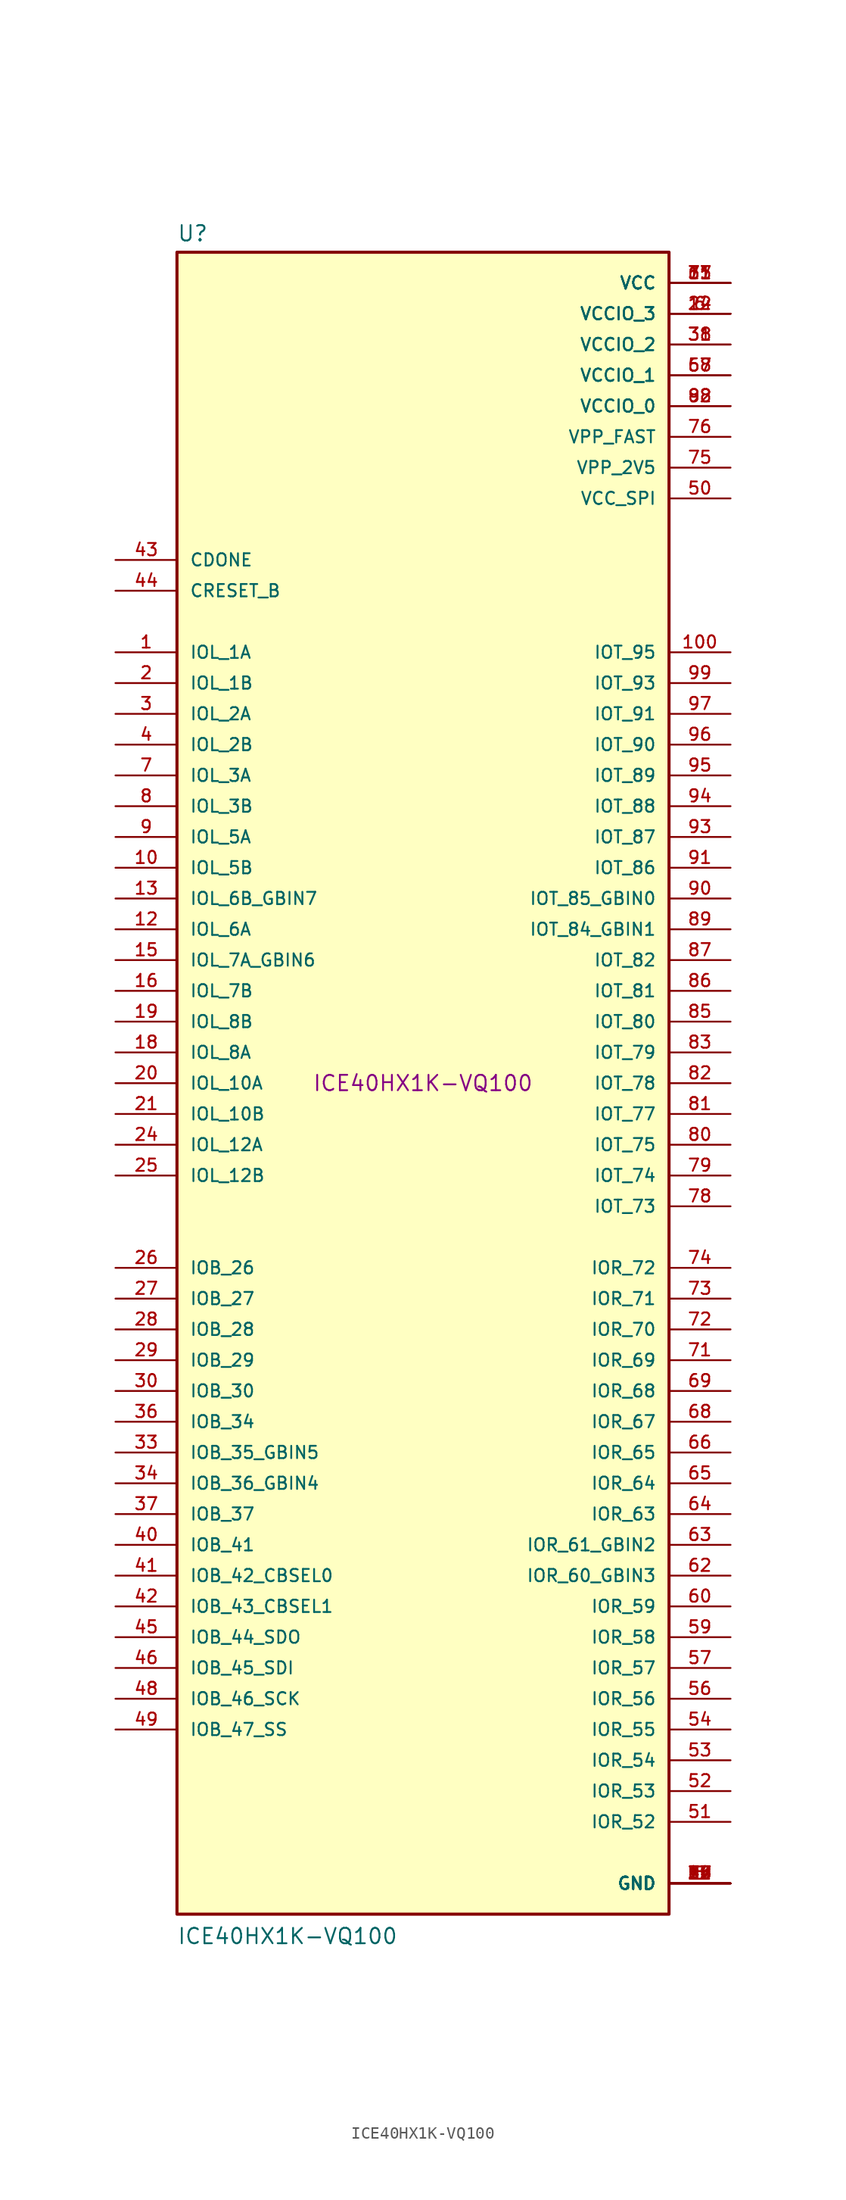
<source format=kicad_sym>
(kicad_symbol_lib
  (version 20220914)
  (generator kicad_symbol_editor)
  (symbol "ICE40HX1K-VQ100"
    (pin_names
      (offset 1.016))
    (property "Reference" "U"
      (at -20.332 69.383 0)
      (effects (font (size 1.27 1.27)) (justify left bottom)))
    (property "Value" "ICE40HX1K-VQ100"
      (at -20.326 -71.142 0)
      (effects (font (size 1.27 1.27)) (justify left bottom)))
    (property "Digikey" "ICE40HX1K-VQ100"
      (at 0 0 0)
      (effects (font (size 1.27 1.27))))
    (symbol "ICE40HX1K-VQ100_0_0"
      (rectangle (start -20.32 -68.58) (end 20.32 68.58) (stroke (width 0.254) (type default)) (fill (type background)))
      (pin bidirectional line (at -25.4 35.56 0) (length 5.08) (name "IOL_1A" (effects (font (size 1.016 1.016)))) (number "1" (effects (font (size 1.016 1.016)))))
      (pin bidirectional line (at -25.4 17.78 0) (length 5.08) (name "IOL_5B" (effects (font (size 1.016 1.016)))) (number "10" (effects (font (size 1.016 1.016)))))
      (pin bidirectional line (at 25.4 35.56 180) (length 5.08) (name "IOT_95" (effects (font (size 1.016 1.016)))) (number "100" (effects (font (size 1.016 1.016)))))
      (pin power_in line (at 25.4 66.04 180) (length 5.08) (name "VCC" (effects (font (size 1.016 1.016)))) (number "11" (effects (font (size 1.016 1.016)))))
      (pin bidirectional line (at -25.4 12.7 0) (length 5.08) (name "IOL_6A" (effects (font (size 1.016 1.016)))) (number "12" (effects (font (size 1.016 1.016)))))
      (pin bidirectional line (at -25.4 15.24 0) (length 5.08) (name "IOL_6B_GBIN7" (effects (font (size 1.016 1.016)))) (number "13" (effects (font (size 1.016 1.016)))))
      (pin power_in line (at 25.4 63.5 180) (length 5.08) (name "VCCIO_3" (effects (font (size 1.016 1.016)))) (number "14" (effects (font (size 1.016 1.016)))))
      (pin bidirectional line (at -25.4 10.16 0) (length 5.08) (name "IOL_7A_GBIN6" (effects (font (size 1.016 1.016)))) (number "15" (effects (font (size 1.016 1.016)))))
      (pin bidirectional line (at -25.4 7.62 0) (length 5.08) (name "IOL_7B" (effects (font (size 1.016 1.016)))) (number "16" (effects (font (size 1.016 1.016)))))
      (pin power_in line (at 25.4 -66.04 180) (length 5.08) (name "GND" (effects (font (size 1.016 1.016)))) (number "17" (effects (font (size 1.016 1.016)))))
      (pin bidirectional line (at -25.4 2.54 0) (length 5.08) (name "IOL_8A" (effects (font (size 1.016 1.016)))) (number "18" (effects (font (size 1.016 1.016)))))
      (pin bidirectional line (at -25.4 5.08 0) (length 5.08) (name "IOL_8B" (effects (font (size 1.016 1.016)))) (number "19" (effects (font (size 1.016 1.016)))))
      (pin bidirectional line (at -25.4 33.02 0) (length 5.08) (name "IOL_1B" (effects (font (size 1.016 1.016)))) (number "2" (effects (font (size 1.016 1.016)))))
      (pin bidirectional line (at -25.4 0 0) (length 5.08) (name "IOL_10A" (effects (font (size 1.016 1.016)))) (number "20" (effects (font (size 1.016 1.016)))))
      (pin bidirectional line (at -25.4 -2.54 0) (length 5.08) (name "IOL_10B" (effects (font (size 1.016 1.016)))) (number "21" (effects (font (size 1.016 1.016)))))
      (pin power_in line (at 25.4 63.5 180) (length 5.08) (name "VCCIO_3" (effects (font (size 1.016 1.016)))) (number "22" (effects (font (size 1.016 1.016)))))
      (pin power_in line (at 25.4 -66.04 180) (length 5.08) (name "GND" (effects (font (size 1.016 1.016)))) (number "23" (effects (font (size 1.016 1.016)))))
      (pin bidirectional line (at -25.4 -5.08 0) (length 5.08) (name "IOL_12A" (effects (font (size 1.016 1.016)))) (number "24" (effects (font (size 1.016 1.016)))))
      (pin bidirectional line (at -25.4 -7.62 0) (length 5.08) (name "IOL_12B" (effects (font (size 1.016 1.016)))) (number "25" (effects (font (size 1.016 1.016)))))
      (pin bidirectional line (at -25.4 -15.24 0) (length 5.08) (name "IOB_26" (effects (font (size 1.016 1.016)))) (number "26" (effects (font (size 1.016 1.016)))))
      (pin bidirectional line (at -25.4 -17.78 0) (length 5.08) (name "IOB_27" (effects (font (size 1.016 1.016)))) (number "27" (effects (font (size 1.016 1.016)))))
      (pin bidirectional line (at -25.4 -20.32 0) (length 5.08) (name "IOB_28" (effects (font (size 1.016 1.016)))) (number "28" (effects (font (size 1.016 1.016)))))
      (pin bidirectional line (at -25.4 -22.86 0) (length 5.08) (name "IOB_29" (effects (font (size 1.016 1.016)))) (number "29" (effects (font (size 1.016 1.016)))))
      (pin bidirectional line (at -25.4 30.48 0) (length 5.08) (name "IOL_2A" (effects (font (size 1.016 1.016)))) (number "3" (effects (font (size 1.016 1.016)))))
      (pin bidirectional line (at -25.4 -25.4 0) (length 5.08) (name "IOB_30" (effects (font (size 1.016 1.016)))) (number "30" (effects (font (size 1.016 1.016)))))
      (pin power_in line (at 25.4 60.96 180) (length 5.08) (name "VCCIO_2" (effects (font (size 1.016 1.016)))) (number "31" (effects (font (size 1.016 1.016)))))
      (pin power_in line (at 25.4 -66.04 180) (length 5.08) (name "GND" (effects (font (size 1.016 1.016)))) (number "32" (effects (font (size 1.016 1.016)))))
      (pin bidirectional line (at -25.4 -30.48 0) (length 5.08) (name "IOB_35_GBIN5" (effects (font (size 1.016 1.016)))) (number "33" (effects (font (size 1.016 1.016)))))
      (pin bidirectional line (at -25.4 -33.02 0) (length 5.08) (name "IOB_36_GBIN4" (effects (font (size 1.016 1.016)))) (number "34" (effects (font (size 1.016 1.016)))))
      (pin power_in line (at 25.4 66.04 180) (length 5.08) (name "VCC" (effects (font (size 1.016 1.016)))) (number "35" (effects (font (size 1.016 1.016)))))
      (pin bidirectional line (at -25.4 -27.94 0) (length 5.08) (name "IOB_34" (effects (font (size 1.016 1.016)))) (number "36" (effects (font (size 1.016 1.016)))))
      (pin bidirectional line (at -25.4 -35.56 0) (length 5.08) (name "IOB_37" (effects (font (size 1.016 1.016)))) (number "37" (effects (font (size 1.016 1.016)))))
      (pin power_in line (at 25.4 60.96 180) (length 5.08) (name "VCCIO_2" (effects (font (size 1.016 1.016)))) (number "38" (effects (font (size 1.016 1.016)))))
      (pin power_in line (at 25.4 -66.04 180) (length 5.08) (name "GND" (effects (font (size 1.016 1.016)))) (number "39" (effects (font (size 1.016 1.016)))))
      (pin bidirectional line (at -25.4 27.94 0) (length 5.08) (name "IOL_2B" (effects (font (size 1.016 1.016)))) (number "4" (effects (font (size 1.016 1.016)))))
      (pin bidirectional line (at -25.4 -38.1 0) (length 5.08) (name "IOB_41" (effects (font (size 1.016 1.016)))) (number "40" (effects (font (size 1.016 1.016)))))
      (pin bidirectional line (at -25.4 -40.64 0) (length 5.08) (name "IOB_42_CBSEL0" (effects (font (size 1.016 1.016)))) (number "41" (effects (font (size 1.016 1.016)))))
      (pin bidirectional line (at -25.4 -43.18 0) (length 5.08) (name "IOB_43_CBSEL1" (effects (font (size 1.016 1.016)))) (number "42" (effects (font (size 1.016 1.016)))))
      (pin input line (at -25.4 43.18 0) (length 5.08) (name "CDONE" (effects (font (size 1.016 1.016)))) (number "43" (effects (font (size 1.016 1.016)))))
      (pin input line (at -25.4 40.64 0) (length 5.08) (name "CRESET_B" (effects (font (size 1.016 1.016)))) (number "44" (effects (font (size 1.016 1.016)))))
      (pin bidirectional line (at -25.4 -45.72 0) (length 5.08) (name "IOB_44_SDO" (effects (font (size 1.016 1.016)))) (number "45" (effects (font (size 1.016 1.016)))))
      (pin bidirectional line (at -25.4 -48.26 0) (length 5.08) (name "IOB_45_SDI" (effects (font (size 1.016 1.016)))) (number "46" (effects (font (size 1.016 1.016)))))
      (pin power_in line (at 25.4 -66.04 180) (length 5.08) (name "GND" (effects (font (size 1.016 1.016)))) (number "47" (effects (font (size 1.016 1.016)))))
      (pin bidirectional line (at -25.4 -50.8 0) (length 5.08) (name "IOB_46_SCK" (effects (font (size 1.016 1.016)))) (number "48" (effects (font (size 1.016 1.016)))))
      (pin bidirectional line (at -25.4 -53.34 0) (length 5.08) (name "IOB_47_SS" (effects (font (size 1.016 1.016)))) (number "49" (effects (font (size 1.016 1.016)))))
      (pin power_in line (at 25.4 -66.04 180) (length 5.08) (name "GND" (effects (font (size 1.016 1.016)))) (number "5" (effects (font (size 1.016 1.016)))))
      (pin power_in line (at 25.4 48.26 180) (length 5.08) (name "VCC_SPI" (effects (font (size 1.016 1.016)))) (number "50" (effects (font (size 1.016 1.016)))))
      (pin bidirectional line (at 25.4 -60.96 180) (length 5.08) (name "IOR_52" (effects (font (size 1.016 1.016)))) (number "51" (effects (font (size 1.016 1.016)))))
      (pin bidirectional line (at 25.4 -58.42 180) (length 5.08) (name "IOR_53" (effects (font (size 1.016 1.016)))) (number "52" (effects (font (size 1.016 1.016)))))
      (pin bidirectional line (at 25.4 -55.88 180) (length 5.08) (name "IOR_54" (effects (font (size 1.016 1.016)))) (number "53" (effects (font (size 1.016 1.016)))))
      (pin bidirectional line (at 25.4 -53.34 180) (length 5.08) (name "IOR_55" (effects (font (size 1.016 1.016)))) (number "54" (effects (font (size 1.016 1.016)))))
      (pin power_in line (at 25.4 -66.04 180) (length 5.08) (name "GND" (effects (font (size 1.016 1.016)))) (number "55" (effects (font (size 1.016 1.016)))))
      (pin bidirectional line (at 25.4 -50.8 180) (length 5.08) (name "IOR_56" (effects (font (size 1.016 1.016)))) (number "56" (effects (font (size 1.016 1.016)))))
      (pin bidirectional line (at 25.4 -48.26 180) (length 5.08) (name "IOR_57" (effects (font (size 1.016 1.016)))) (number "57" (effects (font (size 1.016 1.016)))))
      (pin power_in line (at 25.4 58.42 180) (length 5.08) (name "VCCIO_1" (effects (font (size 1.016 1.016)))) (number "58" (effects (font (size 1.016 1.016)))))
      (pin bidirectional line (at 25.4 -45.72 180) (length 5.08) (name "IOR_58" (effects (font (size 1.016 1.016)))) (number "59" (effects (font (size 1.016 1.016)))))
      (pin power_in line (at 25.4 63.5 180) (length 5.08) (name "VCCIO_3" (effects (font (size 1.016 1.016)))) (number "6" (effects (font (size 1.016 1.016)))))
      (pin bidirectional line (at 25.4 -43.18 180) (length 5.08) (name "IOR_59" (effects (font (size 1.016 1.016)))) (number "60" (effects (font (size 1.016 1.016)))))
      (pin power_in line (at 25.4 66.04 180) (length 5.08) (name "VCC" (effects (font (size 1.016 1.016)))) (number "61" (effects (font (size 1.016 1.016)))))
      (pin bidirectional line (at 25.4 -40.64 180) (length 5.08) (name "IOR_60_GBIN3" (effects (font (size 1.016 1.016)))) (number "62" (effects (font (size 1.016 1.016)))))
      (pin bidirectional line (at 25.4 -38.1 180) (length 5.08) (name "IOR_61_GBIN2" (effects (font (size 1.016 1.016)))) (number "63" (effects (font (size 1.016 1.016)))))
      (pin bidirectional line (at 25.4 -35.56 180) (length 5.08) (name "IOR_63" (effects (font (size 1.016 1.016)))) (number "64" (effects (font (size 1.016 1.016)))))
      (pin bidirectional line (at 25.4 -33.02 180) (length 5.08) (name "IOR_64" (effects (font (size 1.016 1.016)))) (number "65" (effects (font (size 1.016 1.016)))))
      (pin bidirectional line (at 25.4 -30.48 180) (length 5.08) (name "IOR_65" (effects (font (size 1.016 1.016)))) (number "66" (effects (font (size 1.016 1.016)))))
      (pin power_in line (at 25.4 58.42 180) (length 5.08) (name "VCCIO_1" (effects (font (size 1.016 1.016)))) (number "67" (effects (font (size 1.016 1.016)))))
      (pin bidirectional line (at 25.4 -27.94 180) (length 5.08) (name "IOR_67" (effects (font (size 1.016 1.016)))) (number "68" (effects (font (size 1.016 1.016)))))
      (pin bidirectional line (at 25.4 -25.4 180) (length 5.08) (name "IOR_68" (effects (font (size 1.016 1.016)))) (number "69" (effects (font (size 1.016 1.016)))))
      (pin bidirectional line (at -25.4 25.4 0) (length 5.08) (name "IOL_3A" (effects (font (size 1.016 1.016)))) (number "7" (effects (font (size 1.016 1.016)))))
      (pin power_in line (at 25.4 -66.04 180) (length 5.08) (name "GND" (effects (font (size 1.016 1.016)))) (number "70" (effects (font (size 1.016 1.016)))))
      (pin bidirectional line (at 25.4 -22.86 180) (length 5.08) (name "IOR_69" (effects (font (size 1.016 1.016)))) (number "71" (effects (font (size 1.016 1.016)))))
      (pin bidirectional line (at 25.4 -20.32 180) (length 5.08) (name "IOR_70" (effects (font (size 1.016 1.016)))) (number "72" (effects (font (size 1.016 1.016)))))
      (pin bidirectional line (at 25.4 -17.78 180) (length 5.08) (name "IOR_71" (effects (font (size 1.016 1.016)))) (number "73" (effects (font (size 1.016 1.016)))))
      (pin bidirectional line (at 25.4 -15.24 180) (length 5.08) (name "IOR_72" (effects (font (size 1.016 1.016)))) (number "74" (effects (font (size 1.016 1.016)))))
      (pin power_in line (at 25.4 50.8 180) (length 5.08) (name "VPP_2V5" (effects (font (size 1.016 1.016)))) (number "75" (effects (font (size 1.016 1.016)))))
      (pin power_in line (at 25.4 53.34 180) (length 5.08) (name "VPP_FAST" (effects (font (size 1.016 1.016)))) (number "76" (effects (font (size 1.016 1.016)))))
      (pin power_in line (at 25.4 66.04 180) (length 5.08) (name "VCC" (effects (font (size 1.016 1.016)))) (number "77" (effects (font (size 1.016 1.016)))))
      (pin bidirectional line (at 25.4 -10.16 180) (length 5.08) (name "IOT_73" (effects (font (size 1.016 1.016)))) (number "78" (effects (font (size 1.016 1.016)))))
      (pin bidirectional line (at 25.4 -7.62 180) (length 5.08) (name "IOT_74" (effects (font (size 1.016 1.016)))) (number "79" (effects (font (size 1.016 1.016)))))
      (pin bidirectional line (at -25.4 22.86 0) (length 5.08) (name "IOL_3B" (effects (font (size 1.016 1.016)))) (number "8" (effects (font (size 1.016 1.016)))))
      (pin bidirectional line (at 25.4 -5.08 180) (length 5.08) (name "IOT_75" (effects (font (size 1.016 1.016)))) (number "80" (effects (font (size 1.016 1.016)))))
      (pin bidirectional line (at 25.4 -2.54 180) (length 5.08) (name "IOT_77" (effects (font (size 1.016 1.016)))) (number "81" (effects (font (size 1.016 1.016)))))
      (pin bidirectional line (at 25.4 0 180) (length 5.08) (name "IOT_78" (effects (font (size 1.016 1.016)))) (number "82" (effects (font (size 1.016 1.016)))))
      (pin bidirectional line (at 25.4 2.54 180) (length 5.08) (name "IOT_79" (effects (font (size 1.016 1.016)))) (number "83" (effects (font (size 1.016 1.016)))))
      (pin power_in line (at 25.4 -66.04 180) (length 5.08) (name "GND" (effects (font (size 1.016 1.016)))) (number "84" (effects (font (size 1.016 1.016)))))
      (pin bidirectional line (at 25.4 5.08 180) (length 5.08) (name "IOT_80" (effects (font (size 1.016 1.016)))) (number "85" (effects (font (size 1.016 1.016)))))
      (pin bidirectional line (at 25.4 7.62 180) (length 5.08) (name "IOT_81" (effects (font (size 1.016 1.016)))) (number "86" (effects (font (size 1.016 1.016)))))
      (pin bidirectional line (at 25.4 10.16 180) (length 5.08) (name "IOT_82" (effects (font (size 1.016 1.016)))) (number "87" (effects (font (size 1.016 1.016)))))
      (pin power_in line (at 25.4 55.88 180) (length 5.08) (name "VCCIO_0" (effects (font (size 1.016 1.016)))) (number "88" (effects (font (size 1.016 1.016)))))
      (pin bidirectional line (at 25.4 12.7 180) (length 5.08) (name "IOT_84_GBIN1" (effects (font (size 1.016 1.016)))) (number "89" (effects (font (size 1.016 1.016)))))
      (pin bidirectional line (at -25.4 20.32 0) (length 5.08) (name "IOL_5A" (effects (font (size 1.016 1.016)))) (number "9" (effects (font (size 1.016 1.016)))))
      (pin bidirectional line (at 25.4 15.24 180) (length 5.08) (name "IOT_85_GBIN0" (effects (font (size 1.016 1.016)))) (number "90" (effects (font (size 1.016 1.016)))))
      (pin bidirectional line (at 25.4 17.78 180) (length 5.08) (name "IOT_86" (effects (font (size 1.016 1.016)))) (number "91" (effects (font (size 1.016 1.016)))))
      (pin power_in line (at 25.4 55.88 180) (length 5.08) (name "VCCIO_0" (effects (font (size 1.016 1.016)))) (number "92" (effects (font (size 1.016 1.016)))))
      (pin bidirectional line (at 25.4 20.32 180) (length 5.08) (name "IOT_87" (effects (font (size 1.016 1.016)))) (number "93" (effects (font (size 1.016 1.016)))))
      (pin bidirectional line (at 25.4 22.86 180) (length 5.08) (name "IOT_88" (effects (font (size 1.016 1.016)))) (number "94" (effects (font (size 1.016 1.016)))))
      (pin bidirectional line (at 25.4 25.4 180) (length 5.08) (name "IOT_89" (effects (font (size 1.016 1.016)))) (number "95" (effects (font (size 1.016 1.016)))))
      (pin bidirectional line (at 25.4 27.94 180) (length 5.08) (name "IOT_90" (effects (font (size 1.016 1.016)))) (number "96" (effects (font (size 1.016 1.016)))))
      (pin bidirectional line (at 25.4 30.48 180) (length 5.08) (name "IOT_91" (effects (font (size 1.016 1.016)))) (number "97" (effects (font (size 1.016 1.016)))))
      (pin power_in line (at 25.4 -66.04 180) (length 5.08) (name "GND" (effects (font (size 1.016 1.016)))) (number "98" (effects (font (size 1.016 1.016)))))
      (pin bidirectional line (at 25.4 33.02 180) (length 5.08) (name "IOT_93" (effects (font (size 1.016 1.016)))) (number "99" (effects (font (size 1.016 1.016))))))))
</source>
